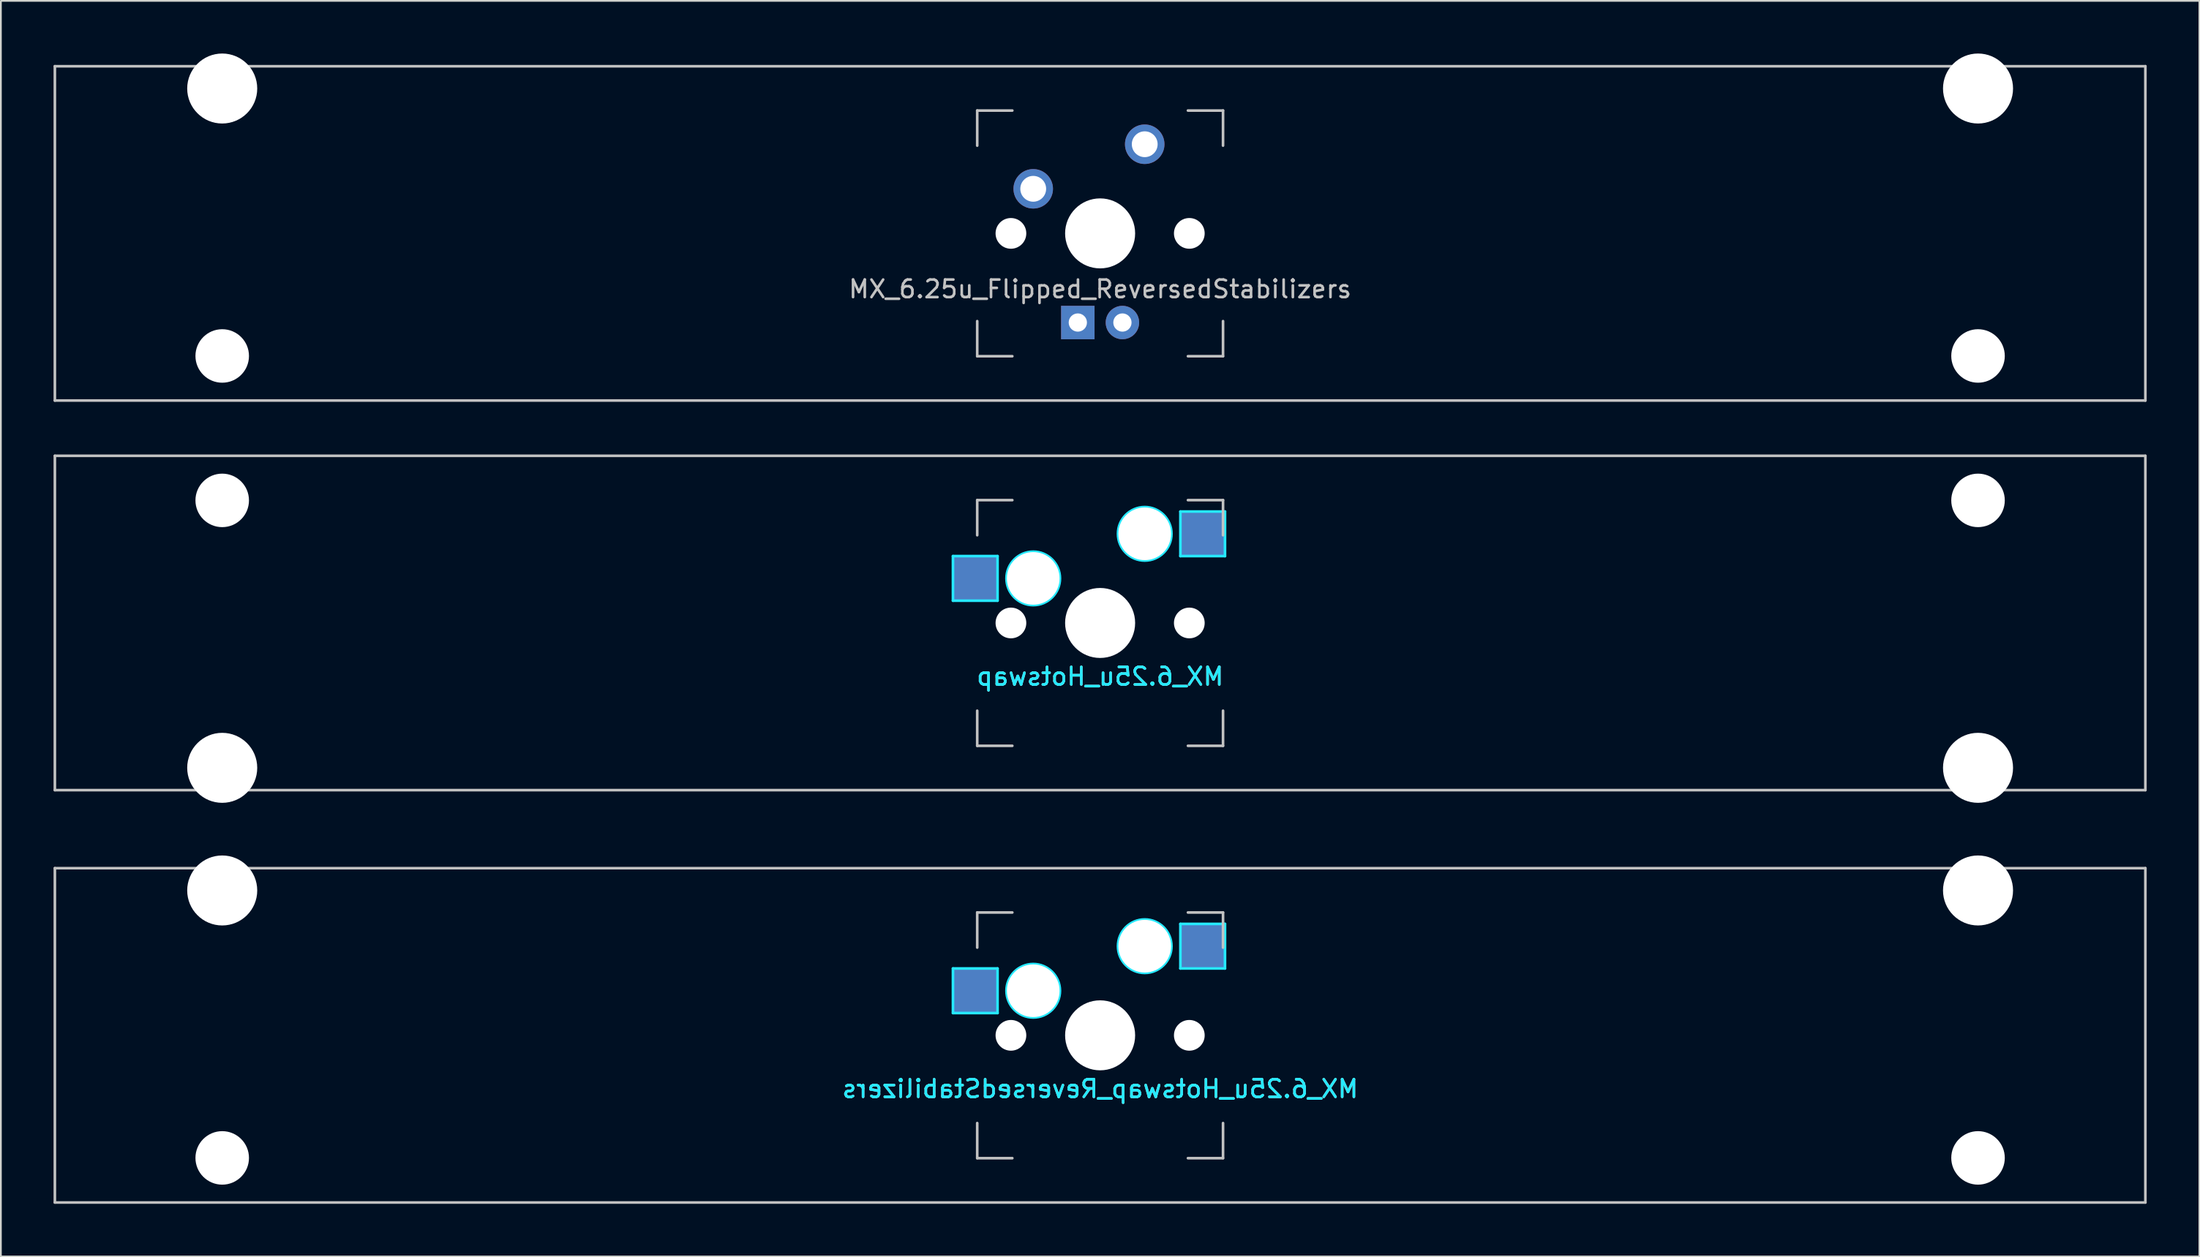
<source format=kicad_pcb>
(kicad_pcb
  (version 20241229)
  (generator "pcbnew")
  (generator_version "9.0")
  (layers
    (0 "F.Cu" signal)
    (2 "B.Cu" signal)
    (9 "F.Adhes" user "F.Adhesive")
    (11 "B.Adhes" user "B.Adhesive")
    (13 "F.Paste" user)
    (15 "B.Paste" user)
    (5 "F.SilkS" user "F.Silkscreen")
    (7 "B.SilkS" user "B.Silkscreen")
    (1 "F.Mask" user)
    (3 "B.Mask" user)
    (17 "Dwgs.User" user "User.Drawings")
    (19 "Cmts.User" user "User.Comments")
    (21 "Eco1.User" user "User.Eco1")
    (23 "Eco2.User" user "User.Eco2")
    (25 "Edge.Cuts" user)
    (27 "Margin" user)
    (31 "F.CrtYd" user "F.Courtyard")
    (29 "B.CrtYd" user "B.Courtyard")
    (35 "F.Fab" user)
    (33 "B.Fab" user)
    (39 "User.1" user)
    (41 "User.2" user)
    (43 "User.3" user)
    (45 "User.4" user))
  (footprint "MX_6.25u_Flipped_ReversedStabilizers"
    (layer "F.Cu")
    (at 59.606 10.249)
    (property "Reference" "MX_6.25u_Flipped_ReversedStabilizers" (at 0 3.175 0) (layer "Dwgs.User") (effects (font (size 1 1) (thickness 0.15))))
    (attr through_hole)
    (fp_line (start -59.531 -9.525) (end 59.531 -9.525) (stroke (width 0.15) (type solid)) (layer "Dwgs.User"))
    (fp_line (start -59.531 9.525) (end -59.531 -9.525) (stroke (width 0.15) (type solid)) (layer "Dwgs.User"))
    (fp_line (start -59.531 9.525) (end 59.531 9.525) (stroke (width 0.15) (type solid)) (layer "Dwgs.User"))
    (fp_line (start -7 -7) (end -7 -5) (stroke (width 0.15) (type solid)) (layer "Dwgs.User"))
    (fp_line (start -7 5) (end -7 7) (stroke (width 0.15) (type solid)) (layer "Dwgs.User"))
    (fp_line (start -7 7) (end -5 7) (stroke (width 0.15) (type solid)) (layer "Dwgs.User"))
    (fp_line (start -5 -7) (end -7 -7) (stroke (width 0.15) (type solid)) (layer "Dwgs.User"))
    (fp_line (start 5 -7) (end 7 -7) (stroke (width 0.15) (type solid)) (layer "Dwgs.User"))
    (fp_line (start 5 7) (end 7 7) (stroke (width 0.15) (type solid)) (layer "Dwgs.User"))
    (fp_line (start 7 -7) (end 7 -5) (stroke (width 0.15) (type solid)) (layer "Dwgs.User"))
    (fp_line (start 7 7) (end 7 5) (stroke (width 0.15) (type solid)) (layer "Dwgs.User"))
    (fp_line (start 59.531 -9.525) (end 59.531 9.525) (stroke (width 0.15) (type solid)) (layer "Dwgs.User"))
    (pad "" np_thru_hole circle (at -50 -8.255) (size 3.988 3.988) (drill 3.988) (layers "*.Cu" "*.Mask"))
    (pad "" np_thru_hole circle (at -50 6.985) (size 3.048 3.048) (drill 3.048) (layers "*.Cu" "*.Mask"))
    (pad "" np_thru_hole circle (at -5.08 0 48.1) (size 1.75 1.75) (drill 1.75) (layers "*.Cu" "*.Mask"))
    (pad "" np_thru_hole circle (at 0 0) (size 3.988 3.988) (drill 3.988) (layers "*.Cu" "*.Mask"))
    (pad "" np_thru_hole circle (at 5.08 0 48.1) (size 1.75 1.75) (drill 1.75) (layers "*.Cu" "*.Mask"))
    (pad "" np_thru_hole circle (at 50 -8.255) (size 3.988 3.988) (drill 3.988) (layers "*.Cu" "*.Mask"))
    (pad "" np_thru_hole circle (at 50 6.985) (size 3.048 3.048) (drill 3.048) (layers "*.Cu" "*.Mask"))
    (pad "1" thru_hole circle (at -3.81 -2.54) (size 2.25 2.25) (drill 1.47) (layers "*.Cu" "B.Mask"))
    (pad "2" thru_hole circle (at 2.54 -5.08) (size 2.25 2.25) (drill 1.47) (layers "*.Cu" "B.Mask"))
    (pad "3" thru_hole circle (at 1.27 5.08) (size 1.905 1.905) (drill 1.04) (layers "*.Cu" "B.Mask"))
    (pad "4" thru_hole rect (at -1.27 5.08) (size 1.905 1.905) (drill 1.04) (layers "*.Cu" "B.Mask")))
  (footprint "MX_6.25u_Hotswap"
    (layer "F.Cu")
    (at 59.606 32.449)
    (property "Reference" "MX_6.25u_Hotswap" (at 0 3.048 0) (layer "B.CrtYd") (effects (font (size 1 1) (thickness 0.15)) (justify mirror)))
    (attr smd)
    (fp_line (start -59.531 -9.525) (end 59.531 -9.525) (stroke (width 0.15) (type solid)) (layer "Dwgs.User"))
    (fp_line (start -59.531 9.525) (end -59.531 -9.525) (stroke (width 0.15) (type solid)) (layer "Dwgs.User"))
    (fp_line (start -7 -7) (end -7 -5) (stroke (width 0.15) (type solid)) (layer "Dwgs.User"))
    (fp_line (start -7 5) (end -7 7) (stroke (width 0.15) (type solid)) (layer "Dwgs.User"))
    (fp_line (start -7 7) (end -5 7) (stroke (width 0.15) (type solid)) (layer "Dwgs.User"))
    (fp_line (start -5 -7) (end -7 -7) (stroke (width 0.15) (type solid)) (layer "Dwgs.User"))
    (fp_line (start 5 -7) (end 7 -7) (stroke (width 0.15) (type solid)) (layer "Dwgs.User"))
    (fp_line (start 5 7) (end 7 7) (stroke (width 0.15) (type solid)) (layer "Dwgs.User"))
    (fp_line (start 7 -7) (end 7 -5) (stroke (width 0.15) (type solid)) (layer "Dwgs.User"))
    (fp_line (start 7 7) (end 7 5) (stroke (width 0.15) (type solid)) (layer "Dwgs.User"))
    (fp_line (start 59.531 -9.525) (end 59.531 9.525) (stroke (width 0.15) (type solid)) (layer "Dwgs.User"))
    (fp_line (start 59.531 9.525) (end -59.531 9.525) (stroke (width 0.15) (type solid)) (layer "Dwgs.User"))
    (fp_line (start -8.382 -3.81) (end -5.842 -3.81) (stroke (width 0.15) (type solid)) (layer "B.CrtYd"))
    (fp_line (start -8.382 -1.27) (end -8.382 -3.81) (stroke (width 0.15) (type solid)) (layer "B.CrtYd"))
    (fp_line (start -5.842 -3.81) (end -5.842 -1.27) (stroke (width 0.15) (type solid)) (layer "B.CrtYd"))
    (fp_line (start -5.842 -1.27) (end -8.382 -1.27) (stroke (width 0.15) (type solid)) (layer "B.CrtYd"))
    (fp_line (start 4.572 -6.35) (end 7.112 -6.35) (stroke (width 0.15) (type solid)) (layer "B.CrtYd"))
    (fp_line (start 4.572 -3.81) (end 4.572 -6.35) (stroke (width 0.15) (type solid)) (layer "B.CrtYd"))
    (fp_line (start 7.112 -6.35) (end 7.112 -3.81) (stroke (width 0.15) (type solid)) (layer "B.CrtYd"))
    (fp_line (start 7.112 -3.81) (end 4.572 -3.81) (stroke (width 0.15) (type solid)) (layer "B.CrtYd"))
    (fp_circle (center -3.81 -2.54) (end -3.81 -4.064) (stroke (width 0.15) (type solid)) (fill no) (layer "B.CrtYd"))
    (fp_circle (center 2.54 -5.08) (end 2.54 -6.604) (stroke (width 0.15) (type solid)) (fill no) (layer "B.CrtYd"))
    (fp_text user "${REFERENCE}" (at 0 3.048 0) (layer "B.SilkS") (effects (font (size 1 1) (thickness 0.15)) (justify mirror)))
    (pad "" np_thru_hole circle (at -50 -6.985) (size 3.048 3.048) (drill 3.048) (layers "*.Cu" "*.Mask"))
    (pad "" np_thru_hole circle (at -50 8.255) (size 3.988 3.988) (drill 3.988) (layers "*.Cu" "*.Mask"))
    (pad "" np_thru_hole circle (at -5.08 0 48.1) (size 1.75 1.75) (drill 1.75) (layers "*.Cu" "*.Mask"))
    (pad "" np_thru_hole circle (at -3.81 -2.54) (size 3 3) (drill 3) (layers "*.Cu" "*.Mask"))
    (pad "" np_thru_hole circle (at 0 0) (size 3.988 3.988) (drill 3.988) (layers "*.Cu" "*.Mask"))
    (pad "" np_thru_hole circle (at 2.54 -5.08) (size 3 3) (drill 3) (layers "*.Cu" "*.Mask"))
    (pad "" np_thru_hole circle (at 5.08 0 48.1) (size 1.75 1.75) (drill 1.75) (layers "*.Cu" "*.Mask"))
    (pad "" np_thru_hole circle (at 50 -6.985) (size 3.048 3.048) (drill 3.048) (layers "*.Cu" "*.Mask"))
    (pad "" np_thru_hole circle (at 50 8.255) (size 3.988 3.988) (drill 3.988) (layers "*.Cu" "*.Mask"))
    (pad "1" smd rect (at -7.085 -2.54) (size 2.55 2.5) (layers "B.Cu" "B.Mask" "B.Paste"))
    (pad "2" smd rect (at 5.842 -5.08) (size 2.55 2.5) (layers "B.Cu" "B.Mask" "B.Paste")))
  (footprint "MX_6.25u_Hotswap_ReversedStabilizers"
    (layer "F.Cu")
    (at 59.606 55.947)
    (property "Reference" "MX_6.25u_Hotswap_ReversedStabilizers" (at 0 3.048 0) (layer "B.CrtYd") (effects (font (size 1 1) (thickness 0.15)) (justify mirror)))
    (attr smd)
    (fp_line (start -59.531 -9.525) (end 59.531 -9.525) (stroke (width 0.15) (type solid)) (layer "Dwgs.User"))
    (fp_line (start -59.531 9.525) (end -59.531 -9.525) (stroke (width 0.15) (type solid)) (layer "Dwgs.User"))
    (fp_line (start -7 -7) (end -7 -5) (stroke (width 0.15) (type solid)) (layer "Dwgs.User"))
    (fp_line (start -7 5) (end -7 7) (stroke (width 0.15) (type solid)) (layer "Dwgs.User"))
    (fp_line (start -7 7) (end -5 7) (stroke (width 0.15) (type solid)) (layer "Dwgs.User"))
    (fp_line (start -5 -7) (end -7 -7) (stroke (width 0.15) (type solid)) (layer "Dwgs.User"))
    (fp_line (start 5 -7) (end 7 -7) (stroke (width 0.15) (type solid)) (layer "Dwgs.User"))
    (fp_line (start 5 7) (end 7 7) (stroke (width 0.15) (type solid)) (layer "Dwgs.User"))
    (fp_line (start 7 -7) (end 7 -5) (stroke (width 0.15) (type solid)) (layer "Dwgs.User"))
    (fp_line (start 7 7) (end 7 5) (stroke (width 0.15) (type solid)) (layer "Dwgs.User"))
    (fp_line (start 59.531 -9.525) (end 59.531 9.525) (stroke (width 0.15) (type solid)) (layer "Dwgs.User"))
    (fp_line (start 59.531 9.525) (end -59.531 9.525) (stroke (width 0.15) (type solid)) (layer "Dwgs.User"))
    (fp_line (start -8.382 -3.81) (end -5.842 -3.81) (stroke (width 0.15) (type solid)) (layer "B.CrtYd"))
    (fp_line (start -8.382 -1.27) (end -8.382 -3.81) (stroke (width 0.15) (type solid)) (layer "B.CrtYd"))
    (fp_line (start -5.842 -3.81) (end -5.842 -1.27) (stroke (width 0.15) (type solid)) (layer "B.CrtYd"))
    (fp_line (start -5.842 -1.27) (end -8.382 -1.27) (stroke (width 0.15) (type solid)) (layer "B.CrtYd"))
    (fp_line (start 4.572 -6.35) (end 7.112 -6.35) (stroke (width 0.15) (type solid)) (layer "B.CrtYd"))
    (fp_line (start 4.572 -3.81) (end 4.572 -6.35) (stroke (width 0.15) (type solid)) (layer "B.CrtYd"))
    (fp_line (start 7.112 -6.35) (end 7.112 -3.81) (stroke (width 0.15) (type solid)) (layer "B.CrtYd"))
    (fp_line (start 7.112 -3.81) (end 4.572 -3.81) (stroke (width 0.15) (type solid)) (layer "B.CrtYd"))
    (fp_circle (center -3.81 -2.54) (end -3.81 -4.064) (stroke (width 0.15) (type solid)) (fill no) (layer "B.CrtYd"))
    (fp_circle (center 2.54 -5.08) (end 2.54 -6.604) (stroke (width 0.15) (type solid)) (fill no) (layer "B.CrtYd"))
    (fp_text user "${REFERENCE}" (at 0 3.048 0) (layer "B.SilkS") (effects (font (size 1 1) (thickness 0.15)) (justify mirror)))
    (pad "" np_thru_hole circle (at -50 -8.255) (size 3.988 3.988) (drill 3.988) (layers "*.Cu" "*.Mask"))
    (pad "" np_thru_hole circle (at -50 6.985) (size 3.048 3.048) (drill 3.048) (layers "*.Cu" "*.Mask"))
    (pad "" np_thru_hole circle (at -5.08 0 48.1) (size 1.75 1.75) (drill 1.75) (layers "*.Cu" "*.Mask"))
    (pad "" np_thru_hole circle (at -3.81 -2.54) (size 3 3) (drill 3) (layers "*.Cu" "*.Mask"))
    (pad "" np_thru_hole circle (at 0 0) (size 3.988 3.988) (drill 3.988) (layers "*.Cu" "*.Mask"))
    (pad "" np_thru_hole circle (at 2.54 -5.08) (size 3 3) (drill 3) (layers "*.Cu" "*.Mask"))
    (pad "" np_thru_hole circle (at 5.08 0 48.1) (size 1.75 1.75) (drill 1.75) (layers "*.Cu" "*.Mask"))
    (pad "" np_thru_hole circle (at 50 -8.255) (size 3.988 3.988) (drill 3.988) (layers "*.Cu" "*.Mask"))
    (pad "" np_thru_hole circle (at 50 6.985) (size 3.048 3.048) (drill 3.048) (layers "*.Cu" "*.Mask"))
    (pad "1" smd rect (at -7.085 -2.54) (size 2.55 2.5) (layers "B.Cu" "B.Mask" "B.Paste"))
    (pad "2" smd rect (at 5.842 -5.08) (size 2.55 2.5) (layers "B.Cu" "B.Mask" "B.Paste")))
  (gr_rect
    (start -3 -3)
    (end 122.213 68.547)
    (stroke (width 0.1) (type default))
    (fill no)
    (layer "Edge.Cuts")))
</source>
